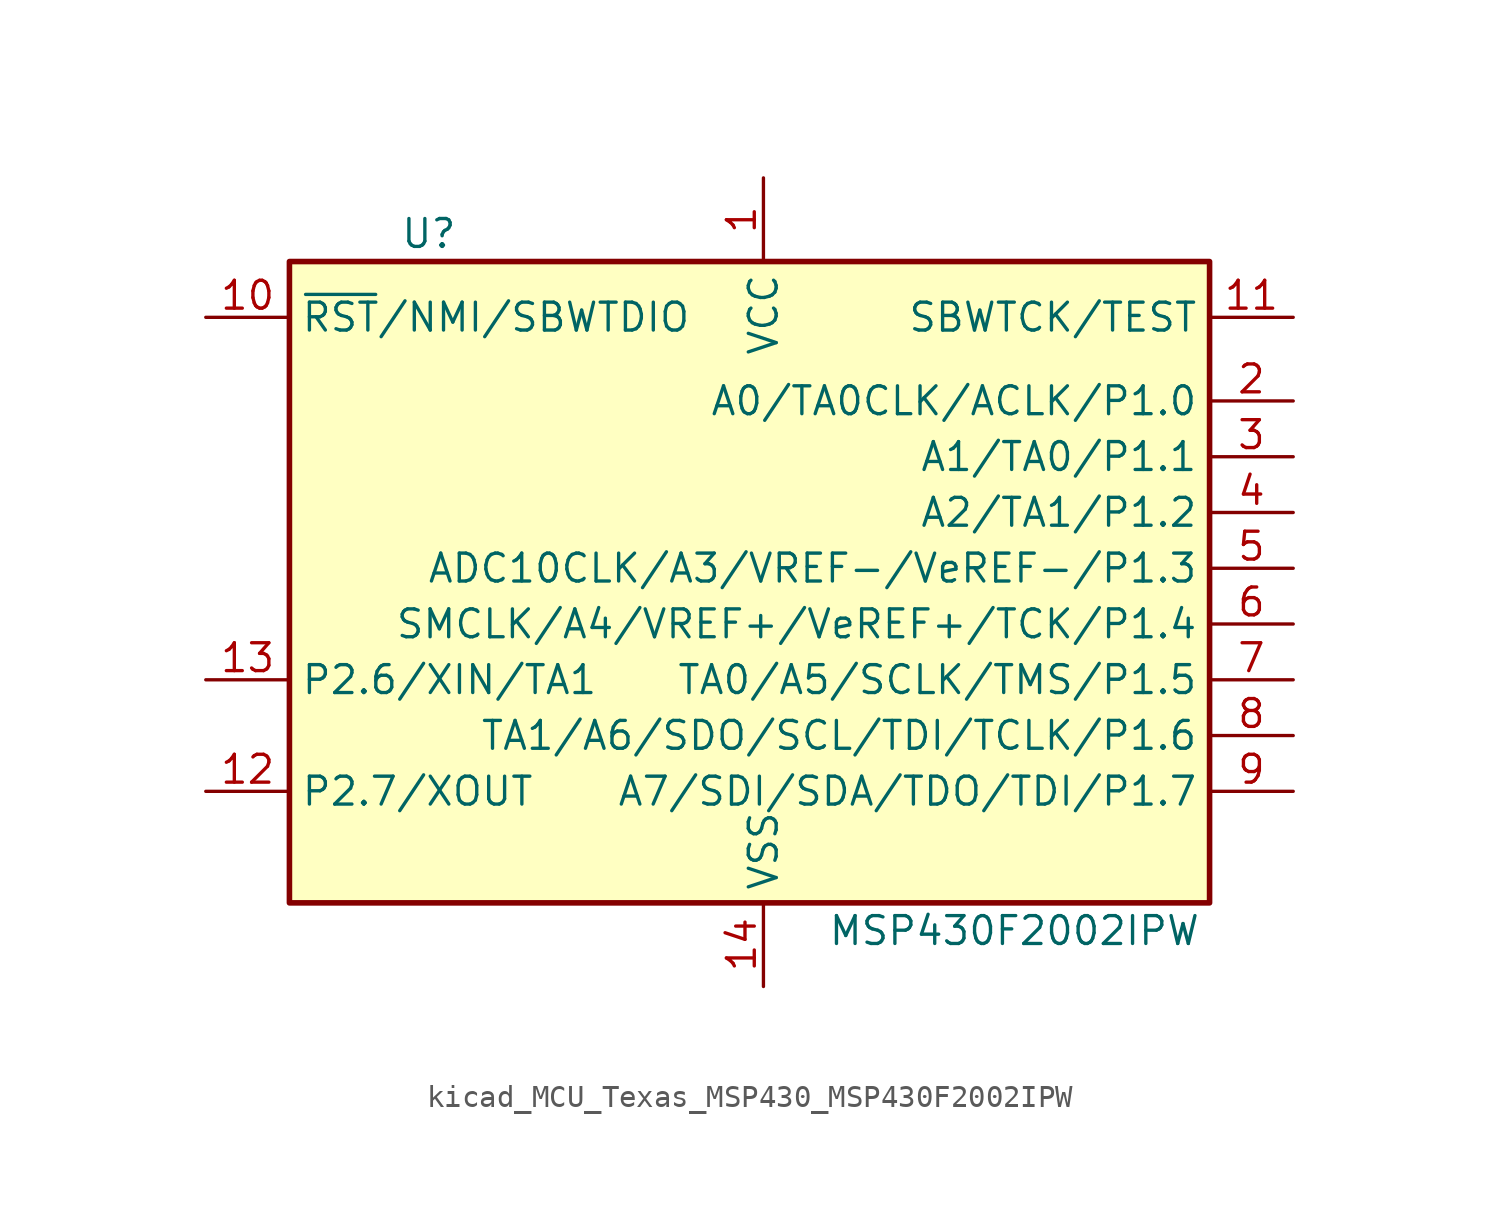
<source format=kicad_sym>
(kicad_symbol_lib
  (version 20220914)
  (generator kicad_symbol_editor)
  (symbol "kicad_MCU_Texas_MSP430_MSP430F2002IPW"
    (property "Reference" "U"
      (at -15.24 15.24 0)
      (effects (font (size 1.27 1.27))))
    (property "Value" "MSP430F2002IPW"
      (at 11.43 -16.51 0)
      (effects (font (size 1.27 1.27))))
    (symbol "kicad_MCU_Texas_MSP430_MSP430F2002IPW_0_1"
      (rectangle (start -21.59 13.97) (end 20.32 -15.24) (stroke (width 0.254) (type default)) (fill (type background))))
    (symbol "kicad_MCU_Texas_MSP430_MSP430F2002IPW_1_1"
      (pin power_in line (at 0 17.78 270) (length 3.81) (name "VCC" (effects (font (size 1.27 1.27)))) (number "1" (effects (font (size 1.27 1.27)))))
      (pin input line (at -25.4 11.43 0) (length 3.81) (name "~{RST}/NMI/SBWTDIO" (effects (font (size 1.27 1.27)))) (number "10" (effects (font (size 1.27 1.27)))))
      (pin input line (at 24.13 11.43 180) (length 3.81) (name "SBWTCK/TEST" (effects (font (size 1.27 1.27)))) (number "11" (effects (font (size 1.27 1.27)))))
      (pin bidirectional line (at -25.4 -10.16 0) (length 3.81) (name "P2.7/XOUT" (effects (font (size 1.27 1.27)))) (number "12" (effects (font (size 1.27 1.27)))))
      (pin bidirectional line (at -25.4 -5.08 0) (length 3.81) (name "P2.6/XIN/TA1" (effects (font (size 1.27 1.27)))) (number "13" (effects (font (size 1.27 1.27)))))
      (pin power_in line (at 0 -19.05 90) (length 3.81) (name "VSS" (effects (font (size 1.27 1.27)))) (number "14" (effects (font (size 1.27 1.27)))))
      (pin bidirectional line (at 24.13 7.62 180) (length 3.81) (name "A0/TA0CLK/ACLK/P1.0" (effects (font (size 1.27 1.27)))) (number "2" (effects (font (size 1.27 1.27)))))
      (pin bidirectional line (at 24.13 5.08 180) (length 3.81) (name "A1/TA0/P1.1" (effects (font (size 1.27 1.27)))) (number "3" (effects (font (size 1.27 1.27)))))
      (pin bidirectional line (at 24.13 2.54 180) (length 3.81) (name "A2/TA1/P1.2" (effects (font (size 1.27 1.27)))) (number "4" (effects (font (size 1.27 1.27)))))
      (pin bidirectional line (at 24.13 0 180) (length 3.81) (name "ADC10CLK/A3/VREF-/VeREF-/P1.3" (effects (font (size 1.27 1.27)))) (number "5" (effects (font (size 1.27 1.27)))))
      (pin bidirectional line (at 24.13 -2.54 180) (length 3.81) (name "SMCLK/A4/VREF+/VeREF+/TCK/P1.4" (effects (font (size 1.27 1.27)))) (number "6" (effects (font (size 1.27 1.27)))))
      (pin bidirectional line (at 24.13 -5.08 180) (length 3.81) (name "TA0/A5/SCLK/TMS/P1.5" (effects (font (size 1.27 1.27)))) (number "7" (effects (font (size 1.27 1.27)))))
      (pin bidirectional line (at 24.13 -7.62 180) (length 3.81) (name "TA1/A6/SDO/SCL/TDI/TCLK/P1.6" (effects (font (size 1.27 1.27)))) (number "8" (effects (font (size 1.27 1.27)))))
      (pin bidirectional line (at 24.13 -10.16 180) (length 3.81) (name "A7/SDI/SDA/TDO/TDI/P1.7" (effects (font (size 1.27 1.27)))) (number "9" (effects (font (size 1.27 1.27))))))))
</source>
